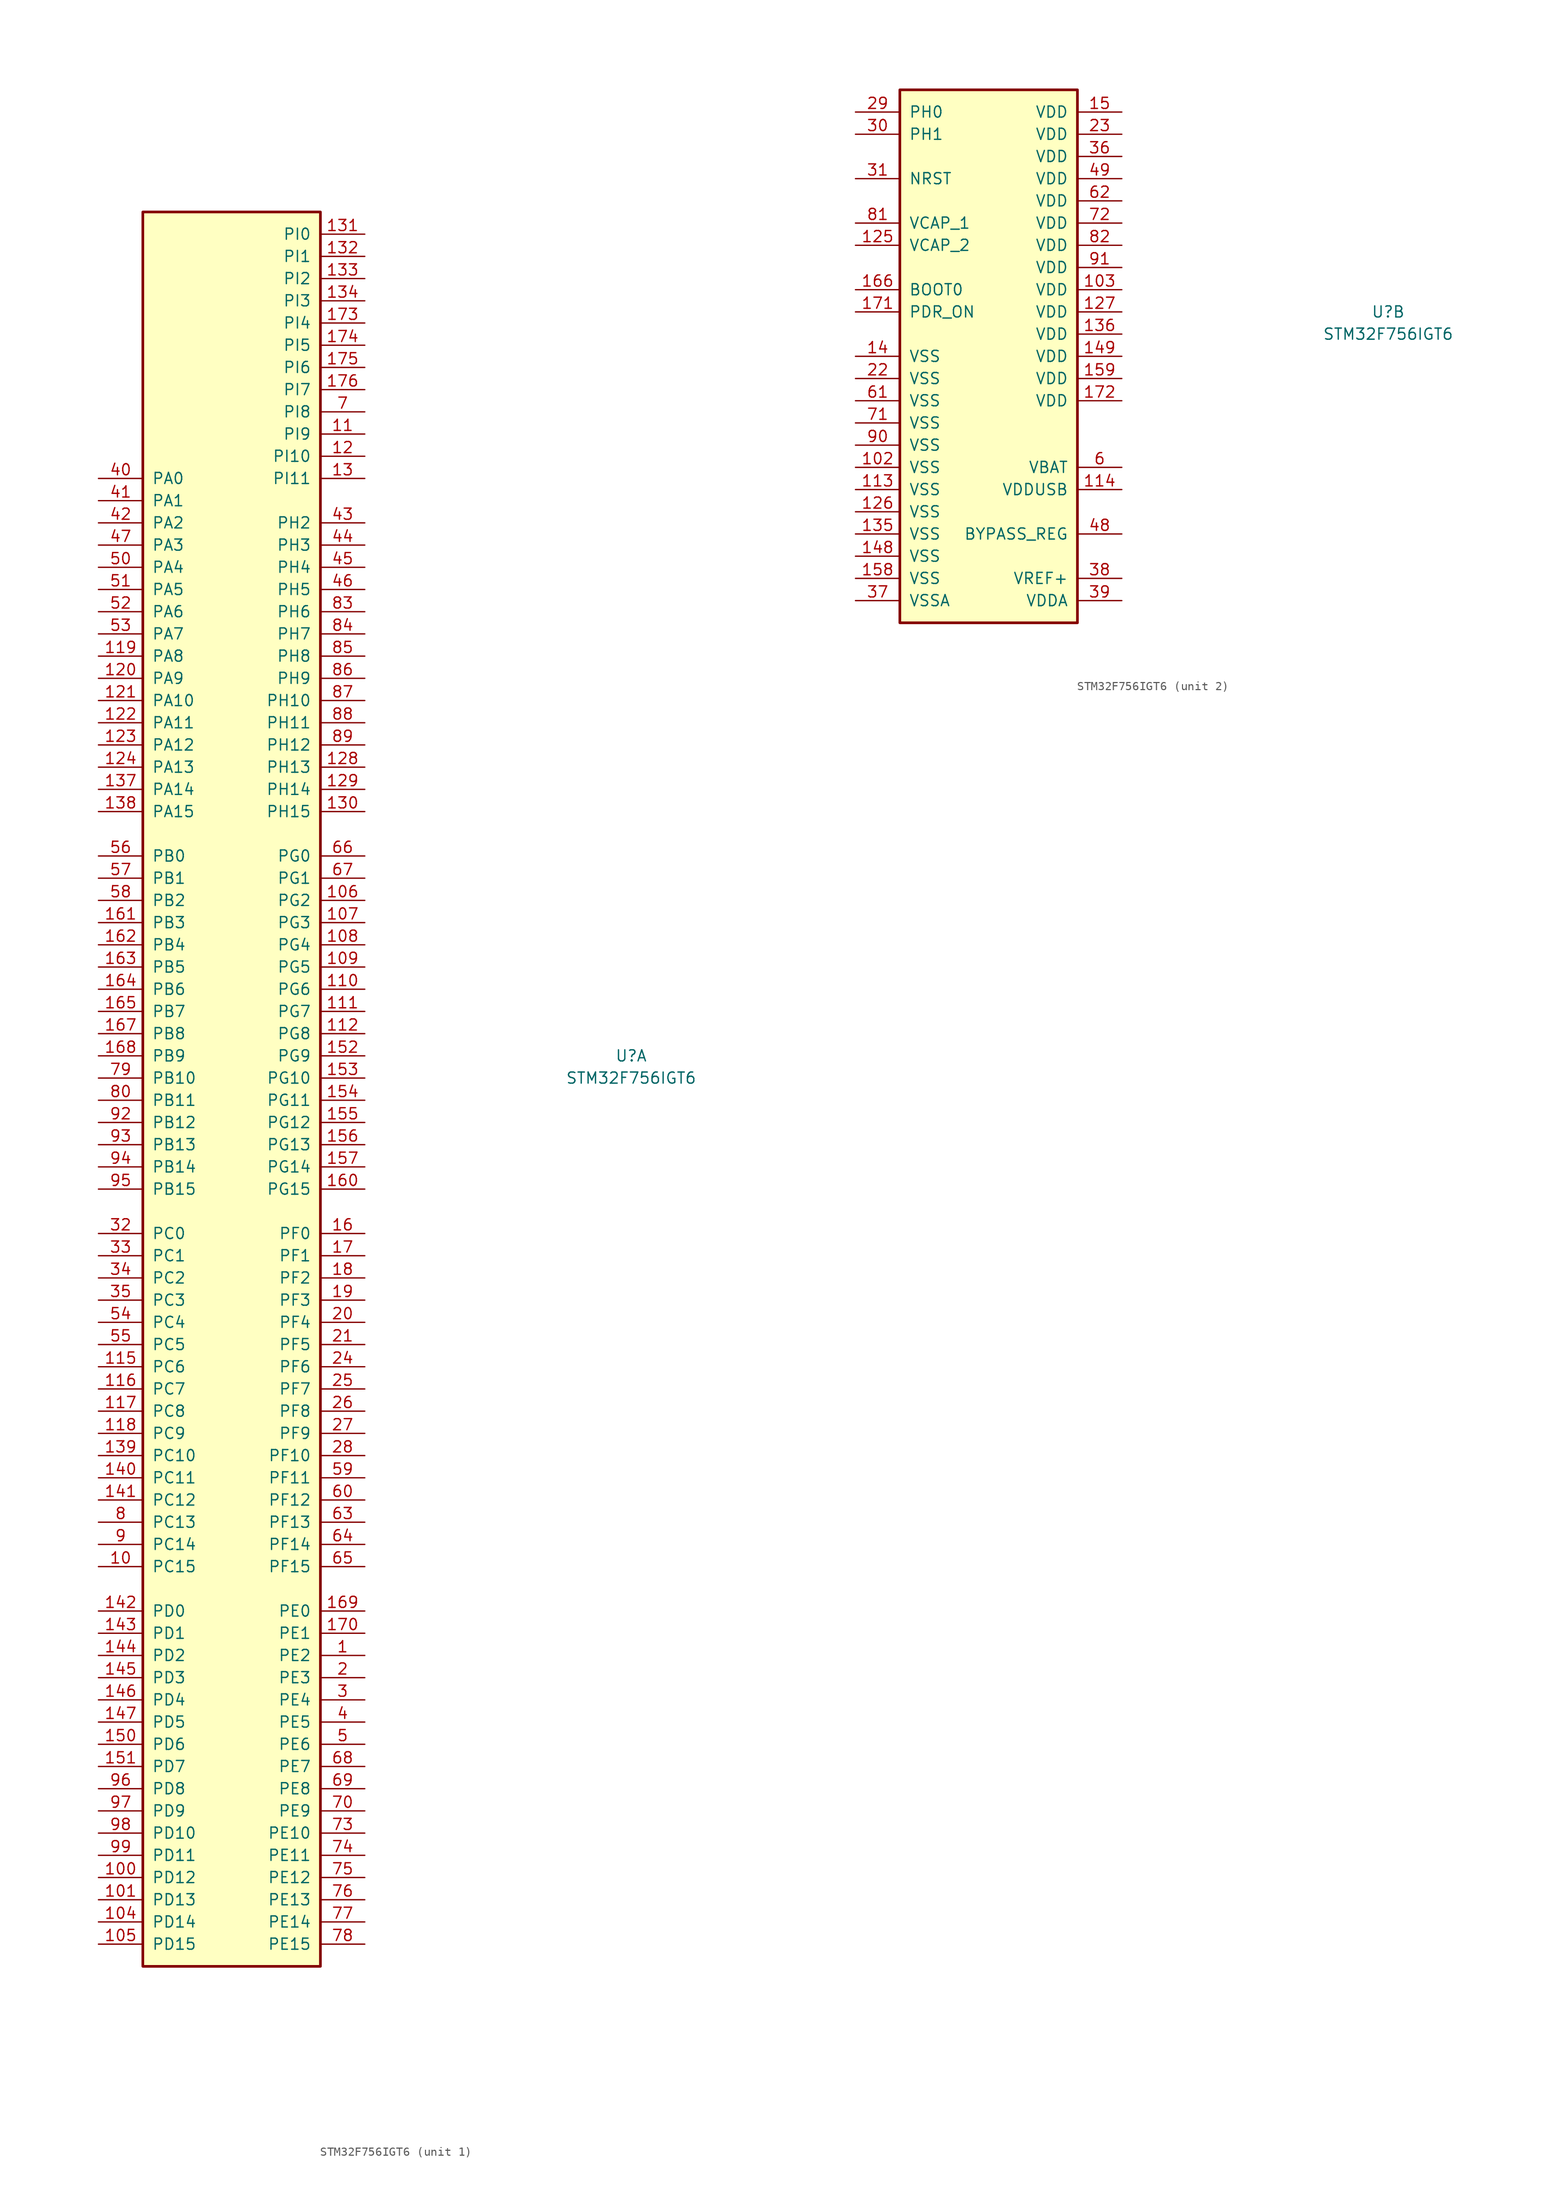
<source format=kicad_sym>
(kicad_symbol_lib
  (version 20211014)
  (generator kicad_symbol_editor)
  (symbol "STM32F756IGT6"
    (pin_names
      (offset 1.016))
    (property "Reference" "U"
      (at 45.72 5.08 0)
      (effects (font (size 1.27 1.27))))
    (property "Value" "STM32F756IGT6"
      (at 45.72 2.54 0)
      (effects (font (size 1.27 1.27))))
    (property "ki_locked" ""
      (at 0 0 0)
      (effects (font (size 1.27 1.27))))
    (symbol "STM32F756IGT6_1_1"
      (rectangle (start -10.16 101.6) (end 10.16 -99.06) (stroke (width 0.305) (type default) (color 0 0 0 0)) (fill (type background)))
      (pin bidirectional line (at 15.24 -63.5 180) (length 5.08) (name "PE2" (effects (font (size 1.27 1.27)))) (number "1" (effects (font (size 1.27 1.27)))))
      (pin bidirectional line (at -15.24 -53.34 0) (length 5.08) (name "PC15" (effects (font (size 1.27 1.27)))) (number "10" (effects (font (size 1.27 1.27)))))
      (pin bidirectional line (at -15.24 -88.9 0) (length 5.08) (name "PD12" (effects (font (size 1.27 1.27)))) (number "100" (effects (font (size 1.27 1.27)))))
      (pin bidirectional line (at -15.24 -91.44 0) (length 5.08) (name "PD13" (effects (font (size 1.27 1.27)))) (number "101" (effects (font (size 1.27 1.27)))))
      (pin bidirectional line (at -15.24 -93.98 0) (length 5.08) (name "PD14" (effects (font (size 1.27 1.27)))) (number "104" (effects (font (size 1.27 1.27)))))
      (pin bidirectional line (at -15.24 -96.52 0) (length 5.08) (name "PD15" (effects (font (size 1.27 1.27)))) (number "105" (effects (font (size 1.27 1.27)))))
      (pin bidirectional line (at 15.24 22.86 180) (length 5.08) (name "PG2" (effects (font (size 1.27 1.27)))) (number "106" (effects (font (size 1.27 1.27)))))
      (pin bidirectional line (at 15.24 20.32 180) (length 5.08) (name "PG3" (effects (font (size 1.27 1.27)))) (number "107" (effects (font (size 1.27 1.27)))))
      (pin bidirectional line (at 15.24 17.78 180) (length 5.08) (name "PG4" (effects (font (size 1.27 1.27)))) (number "108" (effects (font (size 1.27 1.27)))))
      (pin bidirectional line (at 15.24 15.24 180) (length 5.08) (name "PG5" (effects (font (size 1.27 1.27)))) (number "109" (effects (font (size 1.27 1.27)))))
      (pin bidirectional line (at 15.24 76.2 180) (length 5.08) (name "PI9" (effects (font (size 1.27 1.27)))) (number "11" (effects (font (size 1.27 1.27)))))
      (pin bidirectional line (at 15.24 12.7 180) (length 5.08) (name "PG6" (effects (font (size 1.27 1.27)))) (number "110" (effects (font (size 1.27 1.27)))))
      (pin bidirectional line (at 15.24 10.16 180) (length 5.08) (name "PG7" (effects (font (size 1.27 1.27)))) (number "111" (effects (font (size 1.27 1.27)))))
      (pin bidirectional line (at 15.24 7.62 180) (length 5.08) (name "PG8" (effects (font (size 1.27 1.27)))) (number "112" (effects (font (size 1.27 1.27)))))
      (pin bidirectional line (at -15.24 -30.48 0) (length 5.08) (name "PC6" (effects (font (size 1.27 1.27)))) (number "115" (effects (font (size 1.27 1.27)))))
      (pin bidirectional line (at -15.24 -33.02 0) (length 5.08) (name "PC7" (effects (font (size 1.27 1.27)))) (number "116" (effects (font (size 1.27 1.27)))))
      (pin bidirectional line (at -15.24 -35.56 0) (length 5.08) (name "PC8" (effects (font (size 1.27 1.27)))) (number "117" (effects (font (size 1.27 1.27)))))
      (pin bidirectional line (at -15.24 -38.1 0) (length 5.08) (name "PC9" (effects (font (size 1.27 1.27)))) (number "118" (effects (font (size 1.27 1.27)))))
      (pin bidirectional line (at -15.24 50.8 0) (length 5.08) (name "PA8" (effects (font (size 1.27 1.27)))) (number "119" (effects (font (size 1.27 1.27)))))
      (pin bidirectional line (at 15.24 73.66 180) (length 5.08) (name "PI10" (effects (font (size 1.27 1.27)))) (number "12" (effects (font (size 1.27 1.27)))))
      (pin bidirectional line (at -15.24 48.26 0) (length 5.08) (name "PA9" (effects (font (size 1.27 1.27)))) (number "120" (effects (font (size 1.27 1.27)))))
      (pin bidirectional line (at -15.24 45.72 0) (length 5.08) (name "PA10" (effects (font (size 1.27 1.27)))) (number "121" (effects (font (size 1.27 1.27)))))
      (pin bidirectional line (at -15.24 43.18 0) (length 5.08) (name "PA11" (effects (font (size 1.27 1.27)))) (number "122" (effects (font (size 1.27 1.27)))))
      (pin bidirectional line (at -15.24 40.64 0) (length 5.08) (name "PA12" (effects (font (size 1.27 1.27)))) (number "123" (effects (font (size 1.27 1.27)))))
      (pin bidirectional line (at -15.24 38.1 0) (length 5.08) (name "PA13" (effects (font (size 1.27 1.27)))) (number "124" (effects (font (size 1.27 1.27)))))
      (pin bidirectional line (at 15.24 38.1 180) (length 5.08) (name "PH13" (effects (font (size 1.27 1.27)))) (number "128" (effects (font (size 1.27 1.27)))))
      (pin bidirectional line (at 15.24 35.56 180) (length 5.08) (name "PH14" (effects (font (size 1.27 1.27)))) (number "129" (effects (font (size 1.27 1.27)))))
      (pin bidirectional line (at 15.24 71.12 180) (length 5.08) (name "PI11" (effects (font (size 1.27 1.27)))) (number "13" (effects (font (size 1.27 1.27)))))
      (pin bidirectional line (at 15.24 33.02 180) (length 5.08) (name "PH15" (effects (font (size 1.27 1.27)))) (number "130" (effects (font (size 1.27 1.27)))))
      (pin bidirectional line (at 15.24 99.06 180) (length 5.08) (name "PI0" (effects (font (size 1.27 1.27)))) (number "131" (effects (font (size 1.27 1.27)))))
      (pin bidirectional line (at 15.24 96.52 180) (length 5.08) (name "PI1" (effects (font (size 1.27 1.27)))) (number "132" (effects (font (size 1.27 1.27)))))
      (pin bidirectional line (at 15.24 93.98 180) (length 5.08) (name "PI2" (effects (font (size 1.27 1.27)))) (number "133" (effects (font (size 1.27 1.27)))))
      (pin bidirectional line (at 15.24 91.44 180) (length 5.08) (name "PI3" (effects (font (size 1.27 1.27)))) (number "134" (effects (font (size 1.27 1.27)))))
      (pin bidirectional line (at -15.24 35.56 0) (length 5.08) (name "PA14" (effects (font (size 1.27 1.27)))) (number "137" (effects (font (size 1.27 1.27)))))
      (pin bidirectional line (at -15.24 33.02 0) (length 5.08) (name "PA15" (effects (font (size 1.27 1.27)))) (number "138" (effects (font (size 1.27 1.27)))))
      (pin bidirectional line (at -15.24 -40.64 0) (length 5.08) (name "PC10" (effects (font (size 1.27 1.27)))) (number "139" (effects (font (size 1.27 1.27)))))
      (pin bidirectional line (at -15.24 -43.18 0) (length 5.08) (name "PC11" (effects (font (size 1.27 1.27)))) (number "140" (effects (font (size 1.27 1.27)))))
      (pin bidirectional line (at -15.24 -45.72 0) (length 5.08) (name "PC12" (effects (font (size 1.27 1.27)))) (number "141" (effects (font (size 1.27 1.27)))))
      (pin bidirectional line (at -15.24 -58.42 0) (length 5.08) (name "PD0" (effects (font (size 1.27 1.27)))) (number "142" (effects (font (size 1.27 1.27)))))
      (pin bidirectional line (at -15.24 -60.96 0) (length 5.08) (name "PD1" (effects (font (size 1.27 1.27)))) (number "143" (effects (font (size 1.27 1.27)))))
      (pin bidirectional line (at -15.24 -63.5 0) (length 5.08) (name "PD2" (effects (font (size 1.27 1.27)))) (number "144" (effects (font (size 1.27 1.27)))))
      (pin bidirectional line (at -15.24 -66.04 0) (length 5.08) (name "PD3" (effects (font (size 1.27 1.27)))) (number "145" (effects (font (size 1.27 1.27)))))
      (pin bidirectional line (at -15.24 -68.58 0) (length 5.08) (name "PD4" (effects (font (size 1.27 1.27)))) (number "146" (effects (font (size 1.27 1.27)))))
      (pin bidirectional line (at -15.24 -71.12 0) (length 5.08) (name "PD5" (effects (font (size 1.27 1.27)))) (number "147" (effects (font (size 1.27 1.27)))))
      (pin bidirectional line (at -15.24 -73.66 0) (length 5.08) (name "PD6" (effects (font (size 1.27 1.27)))) (number "150" (effects (font (size 1.27 1.27)))))
      (pin bidirectional line (at -15.24 -76.2 0) (length 5.08) (name "PD7" (effects (font (size 1.27 1.27)))) (number "151" (effects (font (size 1.27 1.27)))))
      (pin bidirectional line (at 15.24 5.08 180) (length 5.08) (name "PG9" (effects (font (size 1.27 1.27)))) (number "152" (effects (font (size 1.27 1.27)))))
      (pin bidirectional line (at 15.24 2.54 180) (length 5.08) (name "PG10" (effects (font (size 1.27 1.27)))) (number "153" (effects (font (size 1.27 1.27)))))
      (pin bidirectional line (at 15.24 0 180) (length 5.08) (name "PG11" (effects (font (size 1.27 1.27)))) (number "154" (effects (font (size 1.27 1.27)))))
      (pin bidirectional line (at 15.24 -2.54 180) (length 5.08) (name "PG12" (effects (font (size 1.27 1.27)))) (number "155" (effects (font (size 1.27 1.27)))))
      (pin bidirectional line (at 15.24 -5.08 180) (length 5.08) (name "PG13" (effects (font (size 1.27 1.27)))) (number "156" (effects (font (size 1.27 1.27)))))
      (pin bidirectional line (at 15.24 -7.62 180) (length 5.08) (name "PG14" (effects (font (size 1.27 1.27)))) (number "157" (effects (font (size 1.27 1.27)))))
      (pin bidirectional line (at 15.24 -15.24 180) (length 5.08) (name "PF0" (effects (font (size 1.27 1.27)))) (number "16" (effects (font (size 1.27 1.27)))))
      (pin bidirectional line (at 15.24 -10.16 180) (length 5.08) (name "PG15" (effects (font (size 1.27 1.27)))) (number "160" (effects (font (size 1.27 1.27)))))
      (pin bidirectional line (at -15.24 20.32 0) (length 5.08) (name "PB3" (effects (font (size 1.27 1.27)))) (number "161" (effects (font (size 1.27 1.27)))))
      (pin bidirectional line (at -15.24 17.78 0) (length 5.08) (name "PB4" (effects (font (size 1.27 1.27)))) (number "162" (effects (font (size 1.27 1.27)))))
      (pin bidirectional line (at -15.24 15.24 0) (length 5.08) (name "PB5" (effects (font (size 1.27 1.27)))) (number "163" (effects (font (size 1.27 1.27)))))
      (pin bidirectional line (at -15.24 12.7 0) (length 5.08) (name "PB6" (effects (font (size 1.27 1.27)))) (number "164" (effects (font (size 1.27 1.27)))))
      (pin bidirectional line (at -15.24 10.16 0) (length 5.08) (name "PB7" (effects (font (size 1.27 1.27)))) (number "165" (effects (font (size 1.27 1.27)))))
      (pin bidirectional line (at -15.24 7.62 0) (length 5.08) (name "PB8" (effects (font (size 1.27 1.27)))) (number "167" (effects (font (size 1.27 1.27)))))
      (pin bidirectional line (at -15.24 5.08 0) (length 5.08) (name "PB9" (effects (font (size 1.27 1.27)))) (number "168" (effects (font (size 1.27 1.27)))))
      (pin bidirectional line (at 15.24 -58.42 180) (length 5.08) (name "PE0" (effects (font (size 1.27 1.27)))) (number "169" (effects (font (size 1.27 1.27)))))
      (pin bidirectional line (at 15.24 -17.78 180) (length 5.08) (name "PF1" (effects (font (size 1.27 1.27)))) (number "17" (effects (font (size 1.27 1.27)))))
      (pin bidirectional line (at 15.24 -60.96 180) (length 5.08) (name "PE1" (effects (font (size 1.27 1.27)))) (number "170" (effects (font (size 1.27 1.27)))))
      (pin bidirectional line (at 15.24 88.9 180) (length 5.08) (name "PI4" (effects (font (size 1.27 1.27)))) (number "173" (effects (font (size 1.27 1.27)))))
      (pin bidirectional line (at 15.24 86.36 180) (length 5.08) (name "PI5" (effects (font (size 1.27 1.27)))) (number "174" (effects (font (size 1.27 1.27)))))
      (pin bidirectional line (at 15.24 83.82 180) (length 5.08) (name "PI6" (effects (font (size 1.27 1.27)))) (number "175" (effects (font (size 1.27 1.27)))))
      (pin bidirectional line (at 15.24 81.28 180) (length 5.08) (name "PI7" (effects (font (size 1.27 1.27)))) (number "176" (effects (font (size 1.27 1.27)))))
      (pin bidirectional line (at 15.24 -20.32 180) (length 5.08) (name "PF2" (effects (font (size 1.27 1.27)))) (number "18" (effects (font (size 1.27 1.27)))))
      (pin bidirectional line (at 15.24 -22.86 180) (length 5.08) (name "PF3" (effects (font (size 1.27 1.27)))) (number "19" (effects (font (size 1.27 1.27)))))
      (pin bidirectional line (at 15.24 -66.04 180) (length 5.08) (name "PE3" (effects (font (size 1.27 1.27)))) (number "2" (effects (font (size 1.27 1.27)))))
      (pin bidirectional line (at 15.24 -25.4 180) (length 5.08) (name "PF4" (effects (font (size 1.27 1.27)))) (number "20" (effects (font (size 1.27 1.27)))))
      (pin bidirectional line (at 15.24 -27.94 180) (length 5.08) (name "PF5" (effects (font (size 1.27 1.27)))) (number "21" (effects (font (size 1.27 1.27)))))
      (pin bidirectional line (at 15.24 -30.48 180) (length 5.08) (name "PF6" (effects (font (size 1.27 1.27)))) (number "24" (effects (font (size 1.27 1.27)))))
      (pin bidirectional line (at 15.24 -33.02 180) (length 5.08) (name "PF7" (effects (font (size 1.27 1.27)))) (number "25" (effects (font (size 1.27 1.27)))))
      (pin bidirectional line (at 15.24 -35.56 180) (length 5.08) (name "PF8" (effects (font (size 1.27 1.27)))) (number "26" (effects (font (size 1.27 1.27)))))
      (pin bidirectional line (at 15.24 -38.1 180) (length 5.08) (name "PF9" (effects (font (size 1.27 1.27)))) (number "27" (effects (font (size 1.27 1.27)))))
      (pin bidirectional line (at 15.24 -40.64 180) (length 5.08) (name "PF10" (effects (font (size 1.27 1.27)))) (number "28" (effects (font (size 1.27 1.27)))))
      (pin bidirectional line (at 15.24 -68.58 180) (length 5.08) (name "PE4" (effects (font (size 1.27 1.27)))) (number "3" (effects (font (size 1.27 1.27)))))
      (pin bidirectional line (at -15.24 -15.24 0) (length 5.08) (name "PC0" (effects (font (size 1.27 1.27)))) (number "32" (effects (font (size 1.27 1.27)))))
      (pin bidirectional line (at -15.24 -17.78 0) (length 5.08) (name "PC1" (effects (font (size 1.27 1.27)))) (number "33" (effects (font (size 1.27 1.27)))))
      (pin bidirectional line (at -15.24 -20.32 0) (length 5.08) (name "PC2" (effects (font (size 1.27 1.27)))) (number "34" (effects (font (size 1.27 1.27)))))
      (pin bidirectional line (at -15.24 -22.86 0) (length 5.08) (name "PC3" (effects (font (size 1.27 1.27)))) (number "35" (effects (font (size 1.27 1.27)))))
      (pin bidirectional line (at 15.24 -71.12 180) (length 5.08) (name "PE5" (effects (font (size 1.27 1.27)))) (number "4" (effects (font (size 1.27 1.27)))))
      (pin bidirectional line (at -15.24 71.12 0) (length 5.08) (name "PA0" (effects (font (size 1.27 1.27)))) (number "40" (effects (font (size 1.27 1.27)))))
      (pin bidirectional line (at -15.24 68.58 0) (length 5.08) (name "PA1" (effects (font (size 1.27 1.27)))) (number "41" (effects (font (size 1.27 1.27)))))
      (pin bidirectional line (at -15.24 66.04 0) (length 5.08) (name "PA2" (effects (font (size 1.27 1.27)))) (number "42" (effects (font (size 1.27 1.27)))))
      (pin bidirectional line (at 15.24 66.04 180) (length 5.08) (name "PH2" (effects (font (size 1.27 1.27)))) (number "43" (effects (font (size 1.27 1.27)))))
      (pin bidirectional line (at 15.24 63.5 180) (length 5.08) (name "PH3" (effects (font (size 1.27 1.27)))) (number "44" (effects (font (size 1.27 1.27)))))
      (pin bidirectional line (at 15.24 60.96 180) (length 5.08) (name "PH4" (effects (font (size 1.27 1.27)))) (number "45" (effects (font (size 1.27 1.27)))))
      (pin bidirectional line (at 15.24 58.42 180) (length 5.08) (name "PH5" (effects (font (size 1.27 1.27)))) (number "46" (effects (font (size 1.27 1.27)))))
      (pin bidirectional line (at -15.24 63.5 0) (length 5.08) (name "PA3" (effects (font (size 1.27 1.27)))) (number "47" (effects (font (size 1.27 1.27)))))
      (pin bidirectional line (at 15.24 -73.66 180) (length 5.08) (name "PE6" (effects (font (size 1.27 1.27)))) (number "5" (effects (font (size 1.27 1.27)))))
      (pin bidirectional line (at -15.24 60.96 0) (length 5.08) (name "PA4" (effects (font (size 1.27 1.27)))) (number "50" (effects (font (size 1.27 1.27)))))
      (pin bidirectional line (at -15.24 58.42 0) (length 5.08) (name "PA5" (effects (font (size 1.27 1.27)))) (number "51" (effects (font (size 1.27 1.27)))))
      (pin bidirectional line (at -15.24 55.88 0) (length 5.08) (name "PA6" (effects (font (size 1.27 1.27)))) (number "52" (effects (font (size 1.27 1.27)))))
      (pin bidirectional line (at -15.24 53.34 0) (length 5.08) (name "PA7" (effects (font (size 1.27 1.27)))) (number "53" (effects (font (size 1.27 1.27)))))
      (pin bidirectional line (at -15.24 -25.4 0) (length 5.08) (name "PC4" (effects (font (size 1.27 1.27)))) (number "54" (effects (font (size 1.27 1.27)))))
      (pin bidirectional line (at -15.24 -27.94 0) (length 5.08) (name "PC5" (effects (font (size 1.27 1.27)))) (number "55" (effects (font (size 1.27 1.27)))))
      (pin bidirectional line (at -15.24 27.94 0) (length 5.08) (name "PB0" (effects (font (size 1.27 1.27)))) (number "56" (effects (font (size 1.27 1.27)))))
      (pin bidirectional line (at -15.24 25.4 0) (length 5.08) (name "PB1" (effects (font (size 1.27 1.27)))) (number "57" (effects (font (size 1.27 1.27)))))
      (pin bidirectional line (at -15.24 22.86 0) (length 5.08) (name "PB2" (effects (font (size 1.27 1.27)))) (number "58" (effects (font (size 1.27 1.27)))))
      (pin bidirectional line (at 15.24 -43.18 180) (length 5.08) (name "PF11" (effects (font (size 1.27 1.27)))) (number "59" (effects (font (size 1.27 1.27)))))
      (pin bidirectional line (at 15.24 -45.72 180) (length 5.08) (name "PF12" (effects (font (size 1.27 1.27)))) (number "60" (effects (font (size 1.27 1.27)))))
      (pin bidirectional line (at 15.24 -48.26 180) (length 5.08) (name "PF13" (effects (font (size 1.27 1.27)))) (number "63" (effects (font (size 1.27 1.27)))))
      (pin bidirectional line (at 15.24 -50.8 180) (length 5.08) (name "PF14" (effects (font (size 1.27 1.27)))) (number "64" (effects (font (size 1.27 1.27)))))
      (pin bidirectional line (at 15.24 -53.34 180) (length 5.08) (name "PF15" (effects (font (size 1.27 1.27)))) (number "65" (effects (font (size 1.27 1.27)))))
      (pin bidirectional line (at 15.24 27.94 180) (length 5.08) (name "PG0" (effects (font (size 1.27 1.27)))) (number "66" (effects (font (size 1.27 1.27)))))
      (pin bidirectional line (at 15.24 25.4 180) (length 5.08) (name "PG1" (effects (font (size 1.27 1.27)))) (number "67" (effects (font (size 1.27 1.27)))))
      (pin bidirectional line (at 15.24 -76.2 180) (length 5.08) (name "PE7" (effects (font (size 1.27 1.27)))) (number "68" (effects (font (size 1.27 1.27)))))
      (pin bidirectional line (at 15.24 -78.74 180) (length 5.08) (name "PE8" (effects (font (size 1.27 1.27)))) (number "69" (effects (font (size 1.27 1.27)))))
      (pin bidirectional line (at 15.24 78.74 180) (length 5.08) (name "PI8" (effects (font (size 1.27 1.27)))) (number "7" (effects (font (size 1.27 1.27)))))
      (pin bidirectional line (at 15.24 -81.28 180) (length 5.08) (name "PE9" (effects (font (size 1.27 1.27)))) (number "70" (effects (font (size 1.27 1.27)))))
      (pin bidirectional line (at 15.24 -83.82 180) (length 5.08) (name "PE10" (effects (font (size 1.27 1.27)))) (number "73" (effects (font (size 1.27 1.27)))))
      (pin bidirectional line (at 15.24 -86.36 180) (length 5.08) (name "PE11" (effects (font (size 1.27 1.27)))) (number "74" (effects (font (size 1.27 1.27)))))
      (pin bidirectional line (at 15.24 -88.9 180) (length 5.08) (name "PE12" (effects (font (size 1.27 1.27)))) (number "75" (effects (font (size 1.27 1.27)))))
      (pin bidirectional line (at 15.24 -91.44 180) (length 5.08) (name "PE13" (effects (font (size 1.27 1.27)))) (number "76" (effects (font (size 1.27 1.27)))))
      (pin bidirectional line (at 15.24 -93.98 180) (length 5.08) (name "PE14" (effects (font (size 1.27 1.27)))) (number "77" (effects (font (size 1.27 1.27)))))
      (pin bidirectional line (at 15.24 -96.52 180) (length 5.08) (name "PE15" (effects (font (size 1.27 1.27)))) (number "78" (effects (font (size 1.27 1.27)))))
      (pin bidirectional line (at -15.24 2.54 0) (length 5.08) (name "PB10" (effects (font (size 1.27 1.27)))) (number "79" (effects (font (size 1.27 1.27)))))
      (pin bidirectional line (at -15.24 -48.26 0) (length 5.08) (name "PC13" (effects (font (size 1.27 1.27)))) (number "8" (effects (font (size 1.27 1.27)))))
      (pin bidirectional line (at -15.24 0 0) (length 5.08) (name "PB11" (effects (font (size 1.27 1.27)))) (number "80" (effects (font (size 1.27 1.27)))))
      (pin bidirectional line (at 15.24 55.88 180) (length 5.08) (name "PH6" (effects (font (size 1.27 1.27)))) (number "83" (effects (font (size 1.27 1.27)))))
      (pin bidirectional line (at 15.24 53.34 180) (length 5.08) (name "PH7" (effects (font (size 1.27 1.27)))) (number "84" (effects (font (size 1.27 1.27)))))
      (pin bidirectional line (at 15.24 50.8 180) (length 5.08) (name "PH8" (effects (font (size 1.27 1.27)))) (number "85" (effects (font (size 1.27 1.27)))))
      (pin bidirectional line (at 15.24 48.26 180) (length 5.08) (name "PH9" (effects (font (size 1.27 1.27)))) (number "86" (effects (font (size 1.27 1.27)))))
      (pin bidirectional line (at 15.24 45.72 180) (length 5.08) (name "PH10" (effects (font (size 1.27 1.27)))) (number "87" (effects (font (size 1.27 1.27)))))
      (pin bidirectional line (at 15.24 43.18 180) (length 5.08) (name "PH11" (effects (font (size 1.27 1.27)))) (number "88" (effects (font (size 1.27 1.27)))))
      (pin bidirectional line (at 15.24 40.64 180) (length 5.08) (name "PH12" (effects (font (size 1.27 1.27)))) (number "89" (effects (font (size 1.27 1.27)))))
      (pin bidirectional line (at -15.24 -50.8 0) (length 5.08) (name "PC14" (effects (font (size 1.27 1.27)))) (number "9" (effects (font (size 1.27 1.27)))))
      (pin bidirectional line (at -15.24 -2.54 0) (length 5.08) (name "PB12" (effects (font (size 1.27 1.27)))) (number "92" (effects (font (size 1.27 1.27)))))
      (pin bidirectional line (at -15.24 -5.08 0) (length 5.08) (name "PB13" (effects (font (size 1.27 1.27)))) (number "93" (effects (font (size 1.27 1.27)))))
      (pin bidirectional line (at -15.24 -7.62 0) (length 5.08) (name "PB14" (effects (font (size 1.27 1.27)))) (number "94" (effects (font (size 1.27 1.27)))))
      (pin bidirectional line (at -15.24 -10.16 0) (length 5.08) (name "PB15" (effects (font (size 1.27 1.27)))) (number "95" (effects (font (size 1.27 1.27)))))
      (pin bidirectional line (at -15.24 -78.74 0) (length 5.08) (name "PD8" (effects (font (size 1.27 1.27)))) (number "96" (effects (font (size 1.27 1.27)))))
      (pin bidirectional line (at -15.24 -81.28 0) (length 5.08) (name "PD9" (effects (font (size 1.27 1.27)))) (number "97" (effects (font (size 1.27 1.27)))))
      (pin bidirectional line (at -15.24 -83.82 0) (length 5.08) (name "PD10" (effects (font (size 1.27 1.27)))) (number "98" (effects (font (size 1.27 1.27)))))
      (pin bidirectional line (at -15.24 -86.36 0) (length 5.08) (name "PD11" (effects (font (size 1.27 1.27)))) (number "99" (effects (font (size 1.27 1.27))))))
    (symbol "STM32F756IGT6_2_1"
      (rectangle (start -10.16 30.48) (end 10.16 -30.48) (stroke (width 0.305) (type default) (color 0 0 0 0)) (fill (type background)))
      (pin power_in line (at -15.24 -12.7 0) (length 5.08) (name "VSS" (effects (font (size 1.27 1.27)))) (number "102" (effects (font (size 1.27 1.27)))))
      (pin power_in line (at 15.24 7.62 180) (length 5.08) (name "VDD" (effects (font (size 1.27 1.27)))) (number "103" (effects (font (size 1.27 1.27)))))
      (pin power_in line (at -15.24 -15.24 0) (length 5.08) (name "VSS" (effects (font (size 1.27 1.27)))) (number "113" (effects (font (size 1.27 1.27)))))
      (pin power_in line (at 15.24 -15.24 180) (length 5.08) (name "VDDUSB" (effects (font (size 1.27 1.27)))) (number "114" (effects (font (size 1.27 1.27)))))
      (pin output line (at -15.24 12.7 0) (length 5.08) (name "VCAP_2" (effects (font (size 1.27 1.27)))) (number "125" (effects (font (size 1.27 1.27)))))
      (pin power_in line (at -15.24 -17.78 0) (length 5.08) (name "VSS" (effects (font (size 1.27 1.27)))) (number "126" (effects (font (size 1.27 1.27)))))
      (pin power_in line (at 15.24 5.08 180) (length 5.08) (name "VDD" (effects (font (size 1.27 1.27)))) (number "127" (effects (font (size 1.27 1.27)))))
      (pin power_in line (at -15.24 -20.32 0) (length 5.08) (name "VSS" (effects (font (size 1.27 1.27)))) (number "135" (effects (font (size 1.27 1.27)))))
      (pin power_in line (at 15.24 2.54 180) (length 5.08) (name "VDD" (effects (font (size 1.27 1.27)))) (number "136" (effects (font (size 1.27 1.27)))))
      (pin power_in line (at -15.24 0 0) (length 5.08) (name "VSS" (effects (font (size 1.27 1.27)))) (number "14" (effects (font (size 1.27 1.27)))))
      (pin power_in line (at -15.24 -22.86 0) (length 5.08) (name "VSS" (effects (font (size 1.27 1.27)))) (number "148" (effects (font (size 1.27 1.27)))))
      (pin power_in line (at 15.24 0 180) (length 5.08) (name "VDD" (effects (font (size 1.27 1.27)))) (number "149" (effects (font (size 1.27 1.27)))))
      (pin power_in line (at 15.24 27.94 180) (length 5.08) (name "VDD" (effects (font (size 1.27 1.27)))) (number "15" (effects (font (size 1.27 1.27)))))
      (pin power_in line (at -15.24 -25.4 0) (length 5.08) (name "VSS" (effects (font (size 1.27 1.27)))) (number "158" (effects (font (size 1.27 1.27)))))
      (pin power_in line (at 15.24 -2.54 180) (length 5.08) (name "VDD" (effects (font (size 1.27 1.27)))) (number "159" (effects (font (size 1.27 1.27)))))
      (pin input line (at -15.24 7.62 0) (length 5.08) (name "BOOT0" (effects (font (size 1.27 1.27)))) (number "166" (effects (font (size 1.27 1.27)))))
      (pin input line (at -15.24 5.08 0) (length 5.08) (name "PDR_ON" (effects (font (size 1.27 1.27)))) (number "171" (effects (font (size 1.27 1.27)))))
      (pin power_in line (at 15.24 -5.08 180) (length 5.08) (name "VDD" (effects (font (size 1.27 1.27)))) (number "172" (effects (font (size 1.27 1.27)))))
      (pin power_in line (at -15.24 -2.54 0) (length 5.08) (name "VSS" (effects (font (size 1.27 1.27)))) (number "22" (effects (font (size 1.27 1.27)))))
      (pin power_in line (at 15.24 25.4 180) (length 5.08) (name "VDD" (effects (font (size 1.27 1.27)))) (number "23" (effects (font (size 1.27 1.27)))))
      (pin bidirectional line (at -15.24 27.94 0) (length 5.08) (name "PH0" (effects (font (size 1.27 1.27)))) (number "29" (effects (font (size 1.27 1.27)))))
      (pin bidirectional line (at -15.24 25.4 0) (length 5.08) (name "PH1" (effects (font (size 1.27 1.27)))) (number "30" (effects (font (size 1.27 1.27)))))
      (pin input line (at -15.24 20.32 0) (length 5.08) (name "NRST" (effects (font (size 1.27 1.27)))) (number "31" (effects (font (size 1.27 1.27)))))
      (pin power_in line (at 15.24 22.86 180) (length 5.08) (name "VDD" (effects (font (size 1.27 1.27)))) (number "36" (effects (font (size 1.27 1.27)))))
      (pin power_in line (at -15.24 -27.94 0) (length 5.08) (name "VSSA" (effects (font (size 1.27 1.27)))) (number "37" (effects (font (size 1.27 1.27)))))
      (pin power_in line (at 15.24 -25.4 180) (length 5.08) (name "VREF+" (effects (font (size 1.27 1.27)))) (number "38" (effects (font (size 1.27 1.27)))))
      (pin power_in line (at 15.24 -27.94 180) (length 5.08) (name "VDDA" (effects (font (size 1.27 1.27)))) (number "39" (effects (font (size 1.27 1.27)))))
      (pin input line (at 15.24 -20.32 180) (length 5.08) (name "BYPASS_REG" (effects (font (size 1.27 1.27)))) (number "48" (effects (font (size 1.27 1.27)))))
      (pin power_in line (at 15.24 20.32 180) (length 5.08) (name "VDD" (effects (font (size 1.27 1.27)))) (number "49" (effects (font (size 1.27 1.27)))))
      (pin power_in line (at 15.24 -12.7 180) (length 5.08) (name "VBAT" (effects (font (size 1.27 1.27)))) (number "6" (effects (font (size 1.27 1.27)))))
      (pin power_in line (at -15.24 -5.08 0) (length 5.08) (name "VSS" (effects (font (size 1.27 1.27)))) (number "61" (effects (font (size 1.27 1.27)))))
      (pin power_in line (at 15.24 17.78 180) (length 5.08) (name "VDD" (effects (font (size 1.27 1.27)))) (number "62" (effects (font (size 1.27 1.27)))))
      (pin power_in line (at -15.24 -7.62 0) (length 5.08) (name "VSS" (effects (font (size 1.27 1.27)))) (number "71" (effects (font (size 1.27 1.27)))))
      (pin power_in line (at 15.24 15.24 180) (length 5.08) (name "VDD" (effects (font (size 1.27 1.27)))) (number "72" (effects (font (size 1.27 1.27)))))
      (pin output line (at -15.24 15.24 0) (length 5.08) (name "VCAP_1" (effects (font (size 1.27 1.27)))) (number "81" (effects (font (size 1.27 1.27)))))
      (pin power_in line (at 15.24 12.7 180) (length 5.08) (name "VDD" (effects (font (size 1.27 1.27)))) (number "82" (effects (font (size 1.27 1.27)))))
      (pin power_in line (at -15.24 -10.16 0) (length 5.08) (name "VSS" (effects (font (size 1.27 1.27)))) (number "90" (effects (font (size 1.27 1.27)))))
      (pin power_in line (at 15.24 10.16 180) (length 5.08) (name "VDD" (effects (font (size 1.27 1.27)))) (number "91" (effects (font (size 1.27 1.27))))))))
</source>
